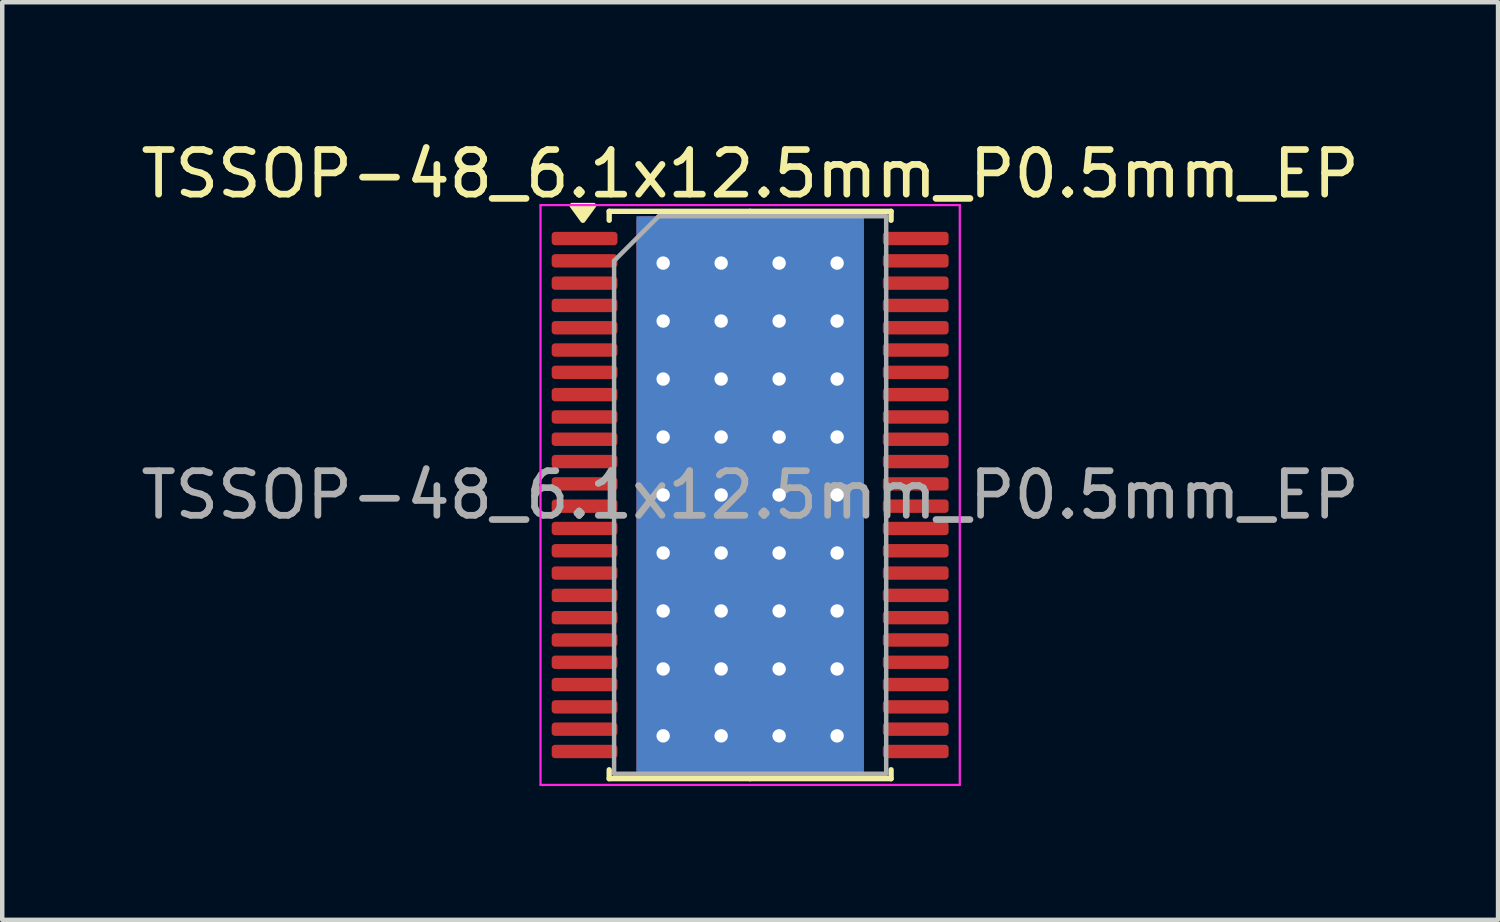
<source format=kicad_pcb>
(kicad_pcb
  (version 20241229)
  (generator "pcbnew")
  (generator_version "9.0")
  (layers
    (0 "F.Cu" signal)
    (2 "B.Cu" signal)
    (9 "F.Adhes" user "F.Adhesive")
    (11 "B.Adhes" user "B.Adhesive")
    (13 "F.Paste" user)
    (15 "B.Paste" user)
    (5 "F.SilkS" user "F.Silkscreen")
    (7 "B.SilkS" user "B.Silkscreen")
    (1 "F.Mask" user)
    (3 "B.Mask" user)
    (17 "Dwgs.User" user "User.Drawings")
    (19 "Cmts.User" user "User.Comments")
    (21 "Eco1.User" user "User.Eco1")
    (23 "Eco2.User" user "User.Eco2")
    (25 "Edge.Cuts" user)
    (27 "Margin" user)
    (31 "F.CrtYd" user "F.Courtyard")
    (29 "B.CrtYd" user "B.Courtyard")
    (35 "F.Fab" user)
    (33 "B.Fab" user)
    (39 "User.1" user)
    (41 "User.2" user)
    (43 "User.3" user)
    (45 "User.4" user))
  (footprint "TSSOP-48_6.1x12.5mm_P0.5mm_EP"
    (layer "F.Cu")
    (at 13.768 8.048)
    (property "Reference" "TSSOP-48_6.1x12.5mm_P0.5mm_EP" (at 0 -7.2 0) (layer "F.SilkS") (effects (font (size 1 1) (thickness 0.15))))
    (attr smd)
    (fp_line (start -3.16 -6.36) (end -3.16 -6.16) (stroke (width 0.12) (type solid)) (layer "F.SilkS"))
    (fp_line (start -3.16 6.36) (end -3.16 6.16) (stroke (width 0.12) (type solid)) (layer "F.SilkS"))
    (fp_line (start 0 -6.36) (end -3.16 -6.36) (stroke (width 0.12) (type solid)) (layer "F.SilkS"))
    (fp_line (start 0 -6.36) (end 3.16 -6.36) (stroke (width 0.12) (type solid)) (layer "F.SilkS"))
    (fp_line (start 0 6.36) (end -3.16 6.36) (stroke (width 0.12) (type solid)) (layer "F.SilkS"))
    (fp_line (start 0 6.36) (end 3.16 6.36) (stroke (width 0.12) (type solid)) (layer "F.SilkS"))
    (fp_line (start 3.16 -6.36) (end 3.16 -6.16) (stroke (width 0.12) (type solid)) (layer "F.SilkS"))
    (fp_line (start 3.16 6.36) (end 3.16 6.16) (stroke (width 0.12) (type solid)) (layer "F.SilkS"))
    (fp_poly (pts (xy -3.75 -6.16) (xy -3.99 -6.49) (xy -3.51 -6.49) (xy -3.75 -6.16)) (stroke (width 0.12) (type solid)) (fill yes) (layer "F.SilkS"))
    (fp_line (start -4.7 -6.5) (end -4.7 6.5) (stroke (width 0.05) (type solid)) (layer "F.CrtYd"))
    (fp_line (start -4.7 6.5) (end 4.7 6.5) (stroke (width 0.05) (type solid)) (layer "F.CrtYd"))
    (fp_line (start 4.7 -6.5) (end -4.7 -6.5) (stroke (width 0.05) (type solid)) (layer "F.CrtYd"))
    (fp_line (start 4.7 6.5) (end 4.7 -6.5) (stroke (width 0.05) (type solid)) (layer "F.CrtYd"))
    (fp_line (start -3.05 -5.25) (end -2.05 -6.25) (stroke (width 0.1) (type solid)) (layer "F.Fab"))
    (fp_line (start -3.05 6.25) (end -3.05 -5.25) (stroke (width 0.1) (type solid)) (layer "F.Fab"))
    (fp_line (start -2.05 -6.25) (end 3.05 -6.25) (stroke (width 0.1) (type solid)) (layer "F.Fab"))
    (fp_line (start 3.05 -6.25) (end 3.05 6.25) (stroke (width 0.1) (type solid)) (layer "F.Fab"))
    (fp_line (start 3.05 6.25) (end -3.05 6.25) (stroke (width 0.1) (type solid)) (layer "F.Fab"))
    (fp_text user "${REFERENCE}" (at 0 0 0) (layer "F.Fab") (effects (font (size 1 1) (thickness 0.15))))
    (pad "" smd rect (at -1.3 -3) (size 1 0.4) (layers "F.Paste"))
    (pad "" smd rect (at -1.3 -2) (size 1 1) (layers "F.Paste"))
    (pad "" smd rect (at -1.3 -0.65) (size 1 1) (layers "F.Paste"))
    (pad "" smd rect (at -1.3 0.6) (size 1 1) (layers "F.Paste"))
    (pad "" smd rect (at -1.3 1.95) (size 1 1) (layers "F.Paste"))
    (pad "" smd rect (at -1.3 3) (size 1 0.4) (layers "F.Paste"))
    (pad "" smd rect (at 0 -3) (size 1 0.4) (layers "F.Paste"))
    (pad "" smd rect (at 0 -1.95) (size 1 1) (layers "F.Paste"))
    (pad "" smd rect (at 0 -0.65) (size 1 1) (layers "F.Paste"))
    (pad "" smd rect (at 0 0) (size 3.6 6.4) (layers "F.Mask"))
    (pad "" smd rect (at 0 0.65) (size 1 1) (layers "F.Paste"))
    (pad "" smd rect (at 0 1.95) (size 1 1) (layers "F.Paste"))
    (pad "" smd rect (at 0 3) (size 1 0.4) (layers "F.Paste"))
    (pad "" smd rect (at 1.3 -3) (size 1 0.4) (layers "F.Paste"))
    (pad "" smd rect (at 1.3 -1.95) (size 1 1) (layers "F.Paste"))
    (pad "" smd rect (at 1.3 -0.65) (size 1 1) (layers "F.Paste"))
    (pad "" smd rect (at 1.3 0.65) (size 1 1) (layers "F.Paste"))
    (pad "" smd rect (at 1.3 1.95) (size 1 1) (layers "F.Paste"))
    (pad "" smd rect (at 1.3 3) (size 1 0.4) (layers "F.Paste"))
    (pad "1" smd roundrect (at -3.712 -5.75) (size 1.475 0.3) (layers "F.Cu" "F.Mask" "F.Paste") (roundrect_rratio 0.25))
    (pad "2" smd roundrect (at -3.712 -5.25) (size 1.475 0.3) (layers "F.Cu" "F.Mask" "F.Paste") (roundrect_rratio 0.25))
    (pad "3" smd roundrect (at -3.712 -4.75) (size 1.475 0.3) (layers "F.Cu" "F.Mask" "F.Paste") (roundrect_rratio 0.25))
    (pad "4" smd roundrect (at -3.712 -4.25) (size 1.475 0.3) (layers "F.Cu" "F.Mask" "F.Paste") (roundrect_rratio 0.25))
    (pad "5" smd roundrect (at -3.712 -3.75) (size 1.475 0.3) (layers "F.Cu" "F.Mask" "F.Paste") (roundrect_rratio 0.25))
    (pad "6" smd roundrect (at -3.712 -3.25) (size 1.475 0.3) (layers "F.Cu" "F.Mask" "F.Paste") (roundrect_rratio 0.25))
    (pad "7" smd roundrect (at -3.712 -2.75) (size 1.475 0.3) (layers "F.Cu" "F.Mask" "F.Paste") (roundrect_rratio 0.25))
    (pad "8" smd roundrect (at -3.712 -2.25) (size 1.475 0.3) (layers "F.Cu" "F.Mask" "F.Paste") (roundrect_rratio 0.25))
    (pad "9" smd roundrect (at -3.712 -1.75) (size 1.475 0.3) (layers "F.Cu" "F.Mask" "F.Paste") (roundrect_rratio 0.25))
    (pad "10" smd roundrect (at -3.712 -1.25) (size 1.475 0.3) (layers "F.Cu" "F.Mask" "F.Paste") (roundrect_rratio 0.25))
    (pad "11" smd roundrect (at -3.712 -0.75) (size 1.475 0.3) (layers "F.Cu" "F.Mask" "F.Paste") (roundrect_rratio 0.25))
    (pad "12" smd roundrect (at -3.712 -0.25) (size 1.475 0.3) (layers "F.Cu" "F.Mask" "F.Paste") (roundrect_rratio 0.25))
    (pad "13" smd roundrect (at -3.712 0.25) (size 1.475 0.3) (layers "F.Cu" "F.Mask" "F.Paste") (roundrect_rratio 0.25))
    (pad "14" smd roundrect (at -3.712 0.75) (size 1.475 0.3) (layers "F.Cu" "F.Mask" "F.Paste") (roundrect_rratio 0.25))
    (pad "15" smd roundrect (at -3.712 1.25) (size 1.475 0.3) (layers "F.Cu" "F.Mask" "F.Paste") (roundrect_rratio 0.25))
    (pad "16" smd roundrect (at -3.712 1.75) (size 1.475 0.3) (layers "F.Cu" "F.Mask" "F.Paste") (roundrect_rratio 0.25))
    (pad "17" smd roundrect (at -3.712 2.25) (size 1.475 0.3) (layers "F.Cu" "F.Mask" "F.Paste") (roundrect_rratio 0.25))
    (pad "18" smd roundrect (at -3.712 2.75) (size 1.475 0.3) (layers "F.Cu" "F.Mask" "F.Paste") (roundrect_rratio 0.25))
    (pad "19" smd roundrect (at -3.712 3.25) (size 1.475 0.3) (layers "F.Cu" "F.Mask" "F.Paste") (roundrect_rratio 0.25))
    (pad "20" smd roundrect (at -3.712 3.75) (size 1.475 0.3) (layers "F.Cu" "F.Mask" "F.Paste") (roundrect_rratio 0.25))
    (pad "21" smd roundrect (at -3.712 4.25) (size 1.475 0.3) (layers "F.Cu" "F.Mask" "F.Paste") (roundrect_rratio 0.25))
    (pad "22" smd roundrect (at -3.712 4.75) (size 1.475 0.3) (layers "F.Cu" "F.Mask" "F.Paste") (roundrect_rratio 0.25))
    (pad "23" smd roundrect (at -3.712 5.25) (size 1.475 0.3) (layers "F.Cu" "F.Mask" "F.Paste") (roundrect_rratio 0.25))
    (pad "24" smd roundrect (at -3.712 5.75) (size 1.475 0.3) (layers "F.Cu" "F.Mask" "F.Paste") (roundrect_rratio 0.25))
    (pad "25" smd roundrect (at 3.712 5.75) (size 1.475 0.3) (layers "F.Cu" "F.Mask" "F.Paste") (roundrect_rratio 0.25))
    (pad "26" smd roundrect (at 3.712 5.25) (size 1.475 0.3) (layers "F.Cu" "F.Mask" "F.Paste") (roundrect_rratio 0.25))
    (pad "27" smd roundrect (at 3.712 4.75) (size 1.475 0.3) (layers "F.Cu" "F.Mask" "F.Paste") (roundrect_rratio 0.25))
    (pad "28" smd roundrect (at 3.712 4.25) (size 1.475 0.3) (layers "F.Cu" "F.Mask" "F.Paste") (roundrect_rratio 0.25))
    (pad "29" smd roundrect (at 3.712 3.75) (size 1.475 0.3) (layers "F.Cu" "F.Mask" "F.Paste") (roundrect_rratio 0.25))
    (pad "30" smd roundrect (at 3.712 3.25) (size 1.475 0.3) (layers "F.Cu" "F.Mask" "F.Paste") (roundrect_rratio 0.25))
    (pad "31" smd roundrect (at 3.712 2.75) (size 1.475 0.3) (layers "F.Cu" "F.Mask" "F.Paste") (roundrect_rratio 0.25))
    (pad "32" smd roundrect (at 3.712 2.25) (size 1.475 0.3) (layers "F.Cu" "F.Mask" "F.Paste") (roundrect_rratio 0.25))
    (pad "33" smd roundrect (at 3.712 1.75) (size 1.475 0.3) (layers "F.Cu" "F.Mask" "F.Paste") (roundrect_rratio 0.25))
    (pad "34" smd roundrect (at 3.712 1.25) (size 1.475 0.3) (layers "F.Cu" "F.Mask" "F.Paste") (roundrect_rratio 0.25))
    (pad "35" smd roundrect (at 3.712 0.75) (size 1.475 0.3) (layers "F.Cu" "F.Mask" "F.Paste") (roundrect_rratio 0.25))
    (pad "36" smd roundrect (at 3.712 0.25) (size 1.475 0.3) (layers "F.Cu" "F.Mask" "F.Paste") (roundrect_rratio 0.25))
    (pad "37" smd roundrect (at 3.712 -0.25) (size 1.475 0.3) (layers "F.Cu" "F.Mask" "F.Paste") (roundrect_rratio 0.25))
    (pad "38" smd roundrect (at 3.712 -0.75) (size 1.475 0.3) (layers "F.Cu" "F.Mask" "F.Paste") (roundrect_rratio 0.25))
    (pad "39" smd roundrect (at 3.712 -1.25) (size 1.475 0.3) (layers "F.Cu" "F.Mask" "F.Paste") (roundrect_rratio 0.25))
    (pad "40" smd roundrect (at 3.712 -1.75) (size 1.475 0.3) (layers "F.Cu" "F.Mask" "F.Paste") (roundrect_rratio 0.25))
    (pad "41" smd roundrect (at 3.712 -2.25) (size 1.475 0.3) (layers "F.Cu" "F.Mask" "F.Paste") (roundrect_rratio 0.25))
    (pad "42" smd roundrect (at 3.712 -2.75) (size 1.475 0.3) (layers "F.Cu" "F.Mask" "F.Paste") (roundrect_rratio 0.25))
    (pad "43" smd roundrect (at 3.712 -3.25) (size 1.475 0.3) (layers "F.Cu" "F.Mask" "F.Paste") (roundrect_rratio 0.25))
    (pad "44" smd roundrect (at 3.712 -3.75) (size 1.475 0.3) (layers "F.Cu" "F.Mask" "F.Paste") (roundrect_rratio 0.25))
    (pad "45" smd roundrect (at 3.712 -4.25) (size 1.475 0.3) (layers "F.Cu" "F.Mask" "F.Paste") (roundrect_rratio 0.25))
    (pad "46" smd roundrect (at 3.712 -4.75) (size 1.475 0.3) (layers "F.Cu" "F.Mask" "F.Paste") (roundrect_rratio 0.25))
    (pad "47" smd roundrect (at 3.712 -5.25) (size 1.475 0.3) (layers "F.Cu" "F.Mask" "F.Paste") (roundrect_rratio 0.25))
    (pad "48" smd roundrect (at 3.712 -5.75) (size 1.475 0.3) (layers "F.Cu" "F.Mask" "F.Paste") (roundrect_rratio 0.25))
    (pad "EP" thru_hole circle (at -1.95 -5.2) (size 0.6 0.6) (drill 0.3) (layers "*.Cu"))
    (pad "EP" thru_hole circle (at -1.95 -3.9) (size 0.6 0.6) (drill 0.3) (layers "*.Cu"))
    (pad "EP" thru_hole circle (at -1.95 -2.6) (size 0.6 0.6) (drill 0.3) (layers "*.Cu"))
    (pad "EP" thru_hole circle (at -1.95 -1.3) (size 0.6 0.6) (drill 0.3) (layers "*.Cu"))
    (pad "EP" thru_hole circle (at -1.95 0) (size 0.6 0.6) (drill 0.3) (layers "*.Cu"))
    (pad "EP" thru_hole circle (at -1.95 1.3) (size 0.6 0.6) (drill 0.3) (layers "*.Cu"))
    (pad "EP" thru_hole circle (at -1.95 2.6) (size 0.6 0.6) (drill 0.3) (layers "*.Cu"))
    (pad "EP" thru_hole circle (at -1.95 3.9) (size 0.6 0.6) (drill 0.3) (layers "*.Cu"))
    (pad "EP" thru_hole circle (at -1.95 5.4) (size 0.6 0.6) (drill 0.3) (layers "*.Cu"))
    (pad "EP" thru_hole circle (at -0.65 -5.2) (size 0.6 0.6) (drill 0.3) (layers "*.Cu"))
    (pad "EP" thru_hole circle (at -0.65 -3.9) (size 0.6 0.6) (drill 0.3) (layers "*.Cu"))
    (pad "EP" thru_hole circle (at -0.65 -2.6) (size 0.6 0.6) (drill 0.3) (layers "*.Cu"))
    (pad "EP" thru_hole circle (at -0.65 -1.3) (size 0.6 0.6) (drill 0.3) (layers "*.Cu"))
    (pad "EP" thru_hole circle (at -0.65 0) (size 0.6 0.6) (drill 0.3) (layers "*.Cu"))
    (pad "EP" thru_hole circle (at -0.65 1.3) (size 0.6 0.6) (drill 0.3) (layers "*.Cu"))
    (pad "EP" thru_hole circle (at -0.65 2.6) (size 0.6 0.6) (drill 0.3) (layers "*.Cu"))
    (pad "EP" thru_hole circle (at -0.65 3.9) (size 0.6 0.6) (drill 0.3) (layers "*.Cu"))
    (pad "EP" thru_hole circle (at -0.65 5.4) (size 0.6 0.6) (drill 0.3) (layers "*.Cu"))
    (pad "EP" smd rect (at 0 0) (size 5.1 12.5) (layers "B.Cu"))
    (pad "EP" smd roundrect (at 0 0) (size 5.1 12.5) (layers "F.Cu") (roundrect_rratio 0.02))
    (pad "EP" thru_hole circle (at 0.65 -5.2) (size 0.6 0.6) (drill 0.3) (layers "*.Cu"))
    (pad "EP" thru_hole circle (at 0.65 -3.9) (size 0.6 0.6) (drill 0.3) (layers "*.Cu"))
    (pad "EP" thru_hole circle (at 0.65 -2.6) (size 0.6 0.6) (drill 0.3) (layers "*.Cu"))
    (pad "EP" thru_hole circle (at 0.65 -1.3) (size 0.6 0.6) (drill 0.3) (layers "*.Cu"))
    (pad "EP" thru_hole circle (at 0.65 0) (size 0.6 0.6) (drill 0.3) (layers "*.Cu"))
    (pad "EP" thru_hole circle (at 0.65 1.3) (size 0.6 0.6) (drill 0.3) (layers "*.Cu"))
    (pad "EP" thru_hole circle (at 0.65 2.6) (size 0.6 0.6) (drill 0.3) (layers "*.Cu"))
    (pad "EP" thru_hole circle (at 0.65 3.9) (size 0.6 0.6) (drill 0.3) (layers "*.Cu"))
    (pad "EP" thru_hole circle (at 0.65 5.4) (size 0.6 0.6) (drill 0.3) (layers "*.Cu"))
    (pad "EP" thru_hole circle (at 1.95 -5.2) (size 0.6 0.6) (drill 0.3) (layers "*.Cu"))
    (pad "EP" thru_hole circle (at 1.95 -3.9) (size 0.6 0.6) (drill 0.3) (layers "*.Cu"))
    (pad "EP" thru_hole circle (at 1.95 -2.6) (size 0.6 0.6) (drill 0.3) (layers "*.Cu"))
    (pad "EP" thru_hole circle (at 1.95 -1.3) (size 0.6 0.6) (drill 0.3) (layers "*.Cu"))
    (pad "EP" thru_hole circle (at 1.95 0) (size 0.6 0.6) (drill 0.3) (layers "*.Cu"))
    (pad "EP" thru_hole circle (at 1.95 1.3) (size 0.6 0.6) (drill 0.3) (layers "*.Cu"))
    (pad "EP" thru_hole circle (at 1.95 2.6) (size 0.6 0.6) (drill 0.3) (layers "*.Cu"))
    (pad "EP" thru_hole circle (at 1.95 3.9) (size 0.6 0.6) (drill 0.3) (layers "*.Cu"))
    (pad "EP" thru_hole circle (at 1.95 5.4) (size 0.6 0.6) (drill 0.3) (layers "*.Cu")))
  (gr_rect
    (start -3 -3)
    (end 30.536 17.573)
    (stroke (width 0.1) (type default))
    (fill no)
    (layer "Edge.Cuts")))
</source>
